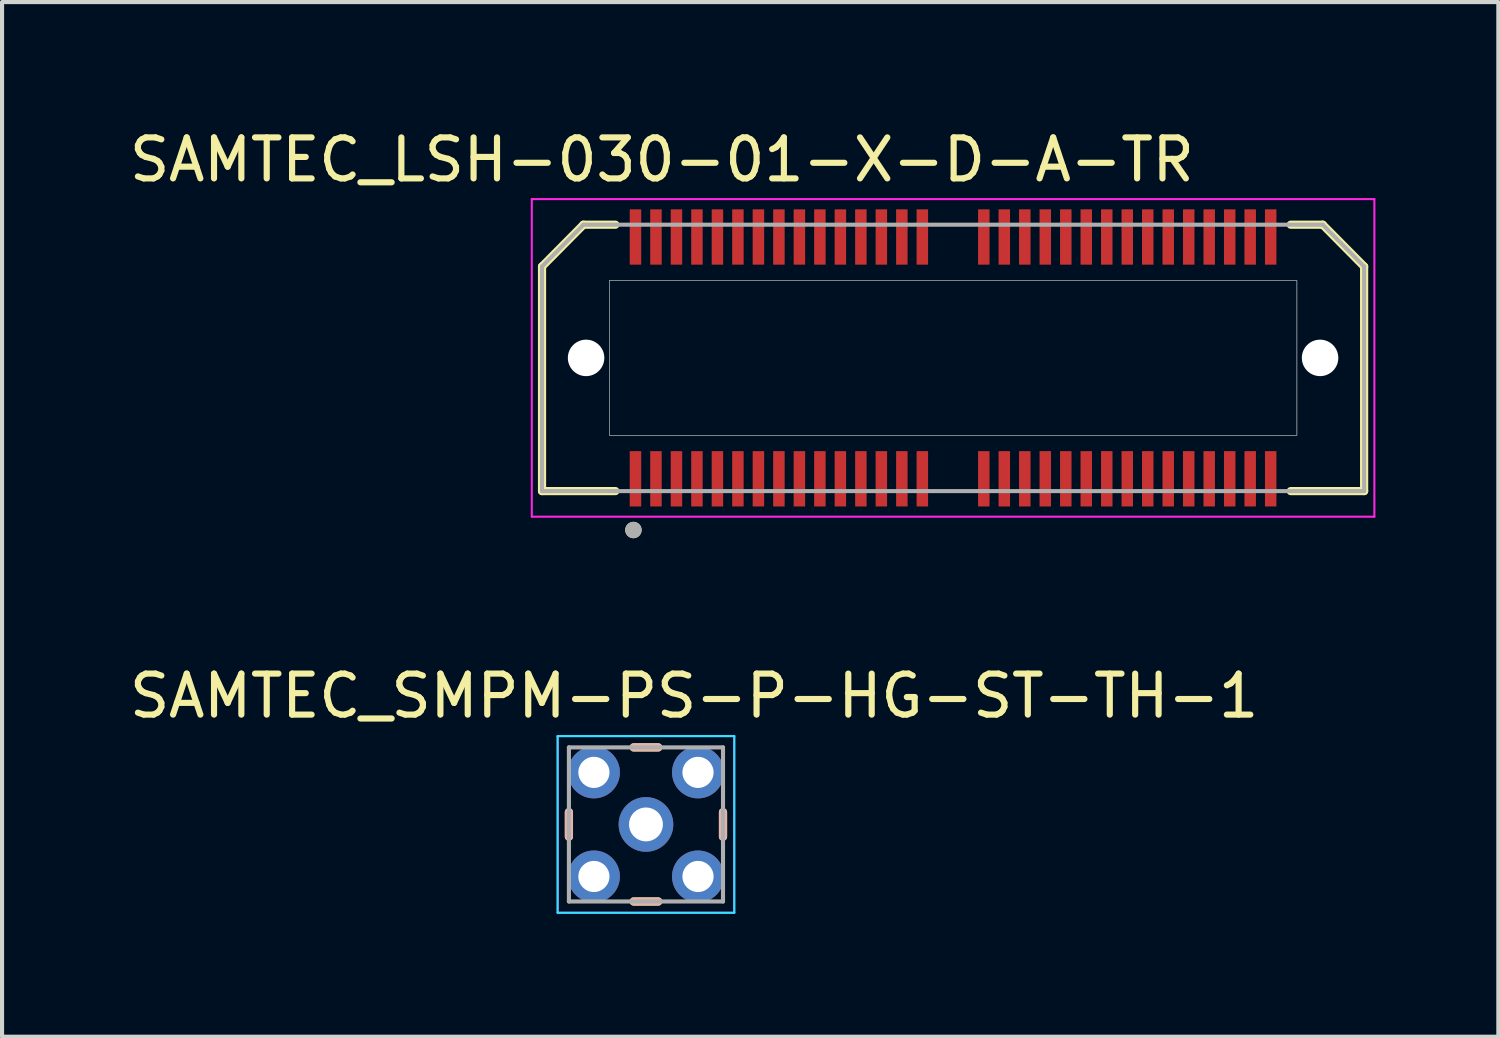
<source format=kicad_pcb>
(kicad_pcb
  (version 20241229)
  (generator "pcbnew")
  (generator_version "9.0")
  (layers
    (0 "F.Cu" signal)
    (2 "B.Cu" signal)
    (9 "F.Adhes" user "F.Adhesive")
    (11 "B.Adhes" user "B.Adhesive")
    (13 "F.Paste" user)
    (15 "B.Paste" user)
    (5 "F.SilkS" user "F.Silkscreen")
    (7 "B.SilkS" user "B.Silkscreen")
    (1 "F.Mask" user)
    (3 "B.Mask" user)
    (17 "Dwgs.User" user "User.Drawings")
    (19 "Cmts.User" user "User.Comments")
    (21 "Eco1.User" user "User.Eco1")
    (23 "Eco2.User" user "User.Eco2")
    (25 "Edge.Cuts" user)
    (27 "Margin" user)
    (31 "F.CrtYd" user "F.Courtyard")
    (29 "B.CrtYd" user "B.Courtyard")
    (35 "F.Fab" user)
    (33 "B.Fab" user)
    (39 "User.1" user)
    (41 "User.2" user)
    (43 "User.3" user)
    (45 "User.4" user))
  (footprint "SAMTEC_LSH-030-01-X-D-A-TR"
    (layer "F.Cu")
    (at 20.206 5.683)
    (property "Reference" "SAMTEC_LSH-030-01-X-D-A-TR" (at -7.105 -4.835 0) (layer "F.SilkS") (effects (font (size 1 1) (thickness 0.15))))
    (attr through_hole)
    (fp_line (start -10.03 -2.23) (end -9.02 -3.25) (stroke (width 0.2) (type solid)) (layer "F.SilkS"))
    (fp_line (start -10.03 3.25) (end -10.03 -2.23) (stroke (width 0.2) (type solid)) (layer "F.SilkS"))
    (fp_line (start -10.03 3.25) (end -8.24 3.25) (stroke (width 0.2) (type solid)) (layer "F.SilkS"))
    (fp_line (start -9.02 -3.25) (end -8.24 -3.25) (stroke (width 0.2) (type solid)) (layer "F.SilkS"))
    (fp_line (start 8.24 -3.25) (end 9.02 -3.25) (stroke (width 0.2) (type solid)) (layer "F.SilkS"))
    (fp_line (start 9.02 -3.25) (end 10.03 -2.23) (stroke (width 0.2) (type solid)) (layer "F.SilkS"))
    (fp_line (start 10.03 -2.23) (end 10.03 3.25) (stroke (width 0.2) (type solid)) (layer "F.SilkS"))
    (fp_line (start 10.03 3.25) (end 8.24 3.25) (stroke (width 0.2) (type solid)) (layer "F.SilkS"))
    (fp_circle (center -7.8 4.2) (end -7.7 4.2) (stroke (width 0.2) (type solid)) (fill no) (layer "F.SilkS"))
    (fp_poly (pts (xy -8.39 -1.89) (xy 8.39 -1.89) (xy 8.39 1.89) (xy -8.39 1.89)) (stroke (width 0.01) (type solid)) (fill no) (layer "Dwgs.User"))
    (fp_poly (pts (xy -8.39 -1.89) (xy 8.39 -1.89) (xy 8.39 1.89) (xy -8.39 1.89)) (stroke (width 0.01) (type solid)) (fill no) (layer "Dwgs.User"))
    (fp_line (start -10.28 -3.875) (end 10.28 -3.875) (stroke (width 0.05) (type solid)) (layer "F.CrtYd"))
    (fp_line (start -10.28 3.875) (end -10.28 -3.875) (stroke (width 0.05) (type solid)) (layer "F.CrtYd"))
    (fp_line (start 10.28 -3.875) (end 10.28 3.875) (stroke (width 0.05) (type solid)) (layer "F.CrtYd"))
    (fp_line (start 10.28 3.875) (end -10.28 3.875) (stroke (width 0.05) (type solid)) (layer "F.CrtYd"))
    (fp_line (start -10.03 -2.23) (end -9.02 -3.25) (stroke (width 0.1) (type solid)) (layer "F.Fab"))
    (fp_line (start -10.03 3.25) (end -10.03 -2.23) (stroke (width 0.1) (type solid)) (layer "F.Fab"))
    (fp_line (start -9.02 -3.25) (end 9.02 -3.25) (stroke (width 0.1) (type solid)) (layer "F.Fab"))
    (fp_line (start 9.02 -3.25) (end 10.03 -2.23) (stroke (width 0.1) (type solid)) (layer "F.Fab"))
    (fp_line (start 10.03 -2.23) (end 10.03 3.25) (stroke (width 0.1) (type solid)) (layer "F.Fab"))
    (fp_line (start 10.03 3.25) (end -10.03 3.25) (stroke (width 0.1) (type solid)) (layer "F.Fab"))
    (fp_circle (center -7.8 4.2) (end -7.7 4.2) (stroke (width 0.2) (type solid)) (fill no) (layer "F.Fab"))
    (pad "" np_thru_hole circle (at -8.955 0) (size 0.89 0.89) (drill 0.89) (layers "*.Cu" "*.Mask"))
    (pad "" np_thru_hole circle (at 8.955 0) (size 0.89 0.89) (drill 0.89) (layers "*.Cu" "*.Mask"))
    (pad "1" smd rect (at -7.75 2.95) (size 0.28 1.35) (layers "F.Cu" "F.Mask" "F.Paste"))
    (pad "2" smd rect (at -7.75 -2.95) (size 0.28 1.35) (layers "F.Cu" "F.Mask" "F.Paste"))
    (pad "3" smd rect (at -7.25 2.95) (size 0.28 1.35) (layers "F.Cu" "F.Mask" "F.Paste"))
    (pad "4" smd rect (at -7.25 -2.95) (size 0.28 1.35) (layers "F.Cu" "F.Mask" "F.Paste"))
    (pad "5" smd rect (at -6.75 2.95) (size 0.28 1.35) (layers "F.Cu" "F.Mask" "F.Paste"))
    (pad "6" smd rect (at -6.75 -2.95) (size 0.28 1.35) (layers "F.Cu" "F.Mask" "F.Paste"))
    (pad "7" smd rect (at -6.25 2.95) (size 0.28 1.35) (layers "F.Cu" "F.Mask" "F.Paste"))
    (pad "8" smd rect (at -6.25 -2.95) (size 0.28 1.35) (layers "F.Cu" "F.Mask" "F.Paste"))
    (pad "9" smd rect (at -5.75 2.95) (size 0.28 1.35) (layers "F.Cu" "F.Mask" "F.Paste"))
    (pad "10" smd rect (at -5.75 -2.95) (size 0.28 1.35) (layers "F.Cu" "F.Mask" "F.Paste"))
    (pad "11" smd rect (at -5.25 2.95) (size 0.28 1.35) (layers "F.Cu" "F.Mask" "F.Paste"))
    (pad "12" smd rect (at -5.25 -2.95) (size 0.28 1.35) (layers "F.Cu" "F.Mask" "F.Paste"))
    (pad "13" smd rect (at -4.75 2.95) (size 0.28 1.35) (layers "F.Cu" "F.Mask" "F.Paste"))
    (pad "14" smd rect (at -4.75 -2.95) (size 0.28 1.35) (layers "F.Cu" "F.Mask" "F.Paste"))
    (pad "15" smd rect (at -4.25 2.95) (size 0.28 1.35) (layers "F.Cu" "F.Mask" "F.Paste"))
    (pad "16" smd rect (at -4.25 -2.95) (size 0.28 1.35) (layers "F.Cu" "F.Mask" "F.Paste"))
    (pad "17" smd rect (at -3.75 2.95) (size 0.28 1.35) (layers "F.Cu" "F.Mask" "F.Paste"))
    (pad "18" smd rect (at -3.75 -2.95) (size 0.28 1.35) (layers "F.Cu" "F.Mask" "F.Paste"))
    (pad "19" smd rect (at -3.25 2.95) (size 0.28 1.35) (layers "F.Cu" "F.Mask" "F.Paste"))
    (pad "20" smd rect (at -3.25 -2.95) (size 0.28 1.35) (layers "F.Cu" "F.Mask" "F.Paste"))
    (pad "21" smd rect (at -2.75 2.95) (size 0.28 1.35) (layers "F.Cu" "F.Mask" "F.Paste"))
    (pad "22" smd rect (at -2.75 -2.95) (size 0.28 1.35) (layers "F.Cu" "F.Mask" "F.Paste"))
    (pad "23" smd rect (at -2.25 2.95) (size 0.28 1.35) (layers "F.Cu" "F.Mask" "F.Paste"))
    (pad "24" smd rect (at -2.25 -2.95) (size 0.28 1.35) (layers "F.Cu" "F.Mask" "F.Paste"))
    (pad "25" smd rect (at -1.75 2.95) (size 0.28 1.35) (layers "F.Cu" "F.Mask" "F.Paste"))
    (pad "26" smd rect (at -1.75 -2.95) (size 0.28 1.35) (layers "F.Cu" "F.Mask" "F.Paste"))
    (pad "27" smd rect (at -1.25 2.95) (size 0.28 1.35) (layers "F.Cu" "F.Mask" "F.Paste"))
    (pad "28" smd rect (at -1.25 -2.95) (size 0.28 1.35) (layers "F.Cu" "F.Mask" "F.Paste"))
    (pad "29" smd rect (at -0.75 2.95) (size 0.28 1.35) (layers "F.Cu" "F.Mask" "F.Paste"))
    (pad "30" smd rect (at -0.75 -2.95) (size 0.28 1.35) (layers "F.Cu" "F.Mask" "F.Paste"))
    (pad "31" smd rect (at 0.75 2.95) (size 0.28 1.35) (layers "F.Cu" "F.Mask" "F.Paste"))
    (pad "32" smd rect (at 0.75 -2.95) (size 0.28 1.35) (layers "F.Cu" "F.Mask" "F.Paste"))
    (pad "33" smd rect (at 1.25 2.95) (size 0.28 1.35) (layers "F.Cu" "F.Mask" "F.Paste"))
    (pad "34" smd rect (at 1.25 -2.95) (size 0.28 1.35) (layers "F.Cu" "F.Mask" "F.Paste"))
    (pad "35" smd rect (at 1.75 2.95) (size 0.28 1.35) (layers "F.Cu" "F.Mask" "F.Paste"))
    (pad "36" smd rect (at 1.75 -2.95) (size 0.28 1.35) (layers "F.Cu" "F.Mask" "F.Paste"))
    (pad "37" smd rect (at 2.25 2.95) (size 0.28 1.35) (layers "F.Cu" "F.Mask" "F.Paste"))
    (pad "38" smd rect (at 2.25 -2.95) (size 0.28 1.35) (layers "F.Cu" "F.Mask" "F.Paste"))
    (pad "39" smd rect (at 2.75 2.95) (size 0.28 1.35) (layers "F.Cu" "F.Mask" "F.Paste"))
    (pad "40" smd rect (at 2.75 -2.95) (size 0.28 1.35) (layers "F.Cu" "F.Mask" "F.Paste"))
    (pad "41" smd rect (at 3.25 2.95) (size 0.28 1.35) (layers "F.Cu" "F.Mask" "F.Paste"))
    (pad "42" smd rect (at 3.25 -2.95) (size 0.28 1.35) (layers "F.Cu" "F.Mask" "F.Paste"))
    (pad "43" smd rect (at 3.75 2.95) (size 0.28 1.35) (layers "F.Cu" "F.Mask" "F.Paste"))
    (pad "44" smd rect (at 3.75 -2.95) (size 0.28 1.35) (layers "F.Cu" "F.Mask" "F.Paste"))
    (pad "45" smd rect (at 4.25 2.95) (size 0.28 1.35) (layers "F.Cu" "F.Mask" "F.Paste"))
    (pad "46" smd rect (at 4.25 -2.95) (size 0.28 1.35) (layers "F.Cu" "F.Mask" "F.Paste"))
    (pad "47" smd rect (at 4.75 2.95) (size 0.28 1.35) (layers "F.Cu" "F.Mask" "F.Paste"))
    (pad "48" smd rect (at 4.75 -2.95) (size 0.28 1.35) (layers "F.Cu" "F.Mask" "F.Paste"))
    (pad "49" smd rect (at 5.25 2.95) (size 0.28 1.35) (layers "F.Cu" "F.Mask" "F.Paste"))
    (pad "50" smd rect (at 5.25 -2.95) (size 0.28 1.35) (layers "F.Cu" "F.Mask" "F.Paste"))
    (pad "51" smd rect (at 5.75 2.95) (size 0.28 1.35) (layers "F.Cu" "F.Mask" "F.Paste"))
    (pad "52" smd rect (at 5.75 -2.95) (size 0.28 1.35) (layers "F.Cu" "F.Mask" "F.Paste"))
    (pad "53" smd rect (at 6.25 2.95) (size 0.28 1.35) (layers "F.Cu" "F.Mask" "F.Paste"))
    (pad "54" smd rect (at 6.25 -2.95) (size 0.28 1.35) (layers "F.Cu" "F.Mask" "F.Paste"))
    (pad "55" smd rect (at 6.75 2.95) (size 0.28 1.35) (layers "F.Cu" "F.Mask" "F.Paste"))
    (pad "56" smd rect (at 6.75 -2.95) (size 0.28 1.35) (layers "F.Cu" "F.Mask" "F.Paste"))
    (pad "57" smd rect (at 7.25 2.95) (size 0.28 1.35) (layers "F.Cu" "F.Mask" "F.Paste"))
    (pad "58" smd rect (at 7.25 -2.95) (size 0.28 1.35) (layers "F.Cu" "F.Mask" "F.Paste"))
    (pad "59" smd rect (at 7.75 2.95) (size 0.28 1.35) (layers "F.Cu" "F.Mask" "F.Paste"))
    (pad "60" smd rect (at 7.75 -2.95) (size 0.28 1.35) (layers "F.Cu" "F.Mask" "F.Paste")))
  (footprint "SAMTEC_SMPM-PS-P-HG-ST-TH-1"
    (layer "F.Cu")
    (at 12.712 17.067)
    (property "Reference" "SAMTEC_SMPM-PS-P-HG-ST-TH-1" (at 1.175 -3.135 0) (layer "F.SilkS") (effects (font (size 1 1) (thickness 0.15))))
    (attr through_hole)
    (fp_line (start -1.88 -0.3) (end -1.88 0.3) (stroke (width 0.2) (type solid)) (layer "F.SilkS"))
    (fp_line (start -0.3 -1.88) (end 0.3 -1.88) (stroke (width 0.2) (type solid)) (layer "F.SilkS"))
    (fp_line (start -0.3 1.88) (end 0.3 1.88) (stroke (width 0.2) (type solid)) (layer "F.SilkS"))
    (fp_line (start 1.88 -0.3) (end 1.88 0.3) (stroke (width 0.2) (type solid)) (layer "F.SilkS"))
    (fp_line (start -1.88 -0.3) (end -1.88 0.3) (stroke (width 0.2) (type solid)) (layer "B.SilkS"))
    (fp_line (start -0.3 -1.88) (end 0.3 -1.88) (stroke (width 0.2) (type solid)) (layer "B.SilkS"))
    (fp_line (start -0.3 1.88) (end 0.3 1.88) (stroke (width 0.2) (type solid)) (layer "B.SilkS"))
    (fp_line (start 1.88 -0.3) (end 1.88 0.3) (stroke (width 0.2) (type solid)) (layer "B.SilkS"))
    (fp_line (start -2.155 -2.155) (end 2.155 -2.155) (stroke (width 0.05) (type solid)) (layer "B.CrtYd"))
    (fp_line (start -2.155 2.155) (end -2.155 -2.155) (stroke (width 0.05) (type solid)) (layer "B.CrtYd"))
    (fp_line (start 2.155 -2.155) (end 2.155 2.155) (stroke (width 0.05) (type solid)) (layer "B.CrtYd"))
    (fp_line (start 2.155 2.155) (end -2.155 2.155) (stroke (width 0.05) (type solid)) (layer "B.CrtYd"))
    (fp_line (start -2.155 -2.155) (end 2.155 -2.155) (stroke (width 0.05) (type solid)) (layer "F.CrtYd"))
    (fp_line (start -2.155 2.155) (end -2.155 -2.155) (stroke (width 0.05) (type solid)) (layer "F.CrtYd"))
    (fp_line (start 2.155 -2.155) (end 2.155 2.155) (stroke (width 0.05) (type solid)) (layer "F.CrtYd"))
    (fp_line (start 2.155 2.155) (end -2.155 2.155) (stroke (width 0.05) (type solid)) (layer "F.CrtYd"))
    (fp_line (start -1.88 -1.88) (end 1.88 -1.88) (stroke (width 0.1) (type solid)) (layer "F.Fab"))
    (fp_line (start -1.88 1.88) (end -1.88 -1.88) (stroke (width 0.1) (type solid)) (layer "F.Fab"))
    (fp_line (start 1.88 -1.88) (end 1.88 1.88) (stroke (width 0.1) (type solid)) (layer "F.Fab"))
    (fp_line (start 1.88 1.88) (end -1.88 1.88) (stroke (width 0.1) (type solid)) (layer "F.Fab"))
    (pad "1" thru_hole circle (at 0 0) (size 1.334 1.334) (drill 0.826) (layers "*.Cu" "*.Mask"))
    (pad "2" thru_hole circle (at -1.27 -1.27) (size 1.268 1.268) (drill 0.76) (layers "*.Cu" "*.Mask"))
    (pad "2" thru_hole circle (at -1.27 1.27) (size 1.268 1.268) (drill 0.76) (layers "*.Cu" "*.Mask"))
    (pad "2" thru_hole circle (at 1.27 -1.27) (size 1.268 1.268) (drill 0.76) (layers "*.Cu" "*.Mask"))
    (pad "2" thru_hole circle (at 1.27 1.27) (size 1.268 1.268) (drill 0.76) (layers "*.Cu" "*.Mask")))
  (gr_rect
    (start -3 -3)
    (end 33.511 22.247)
    (stroke (width 0.1) (type default))
    (fill no)
    (layer "Edge.Cuts")))
</source>
